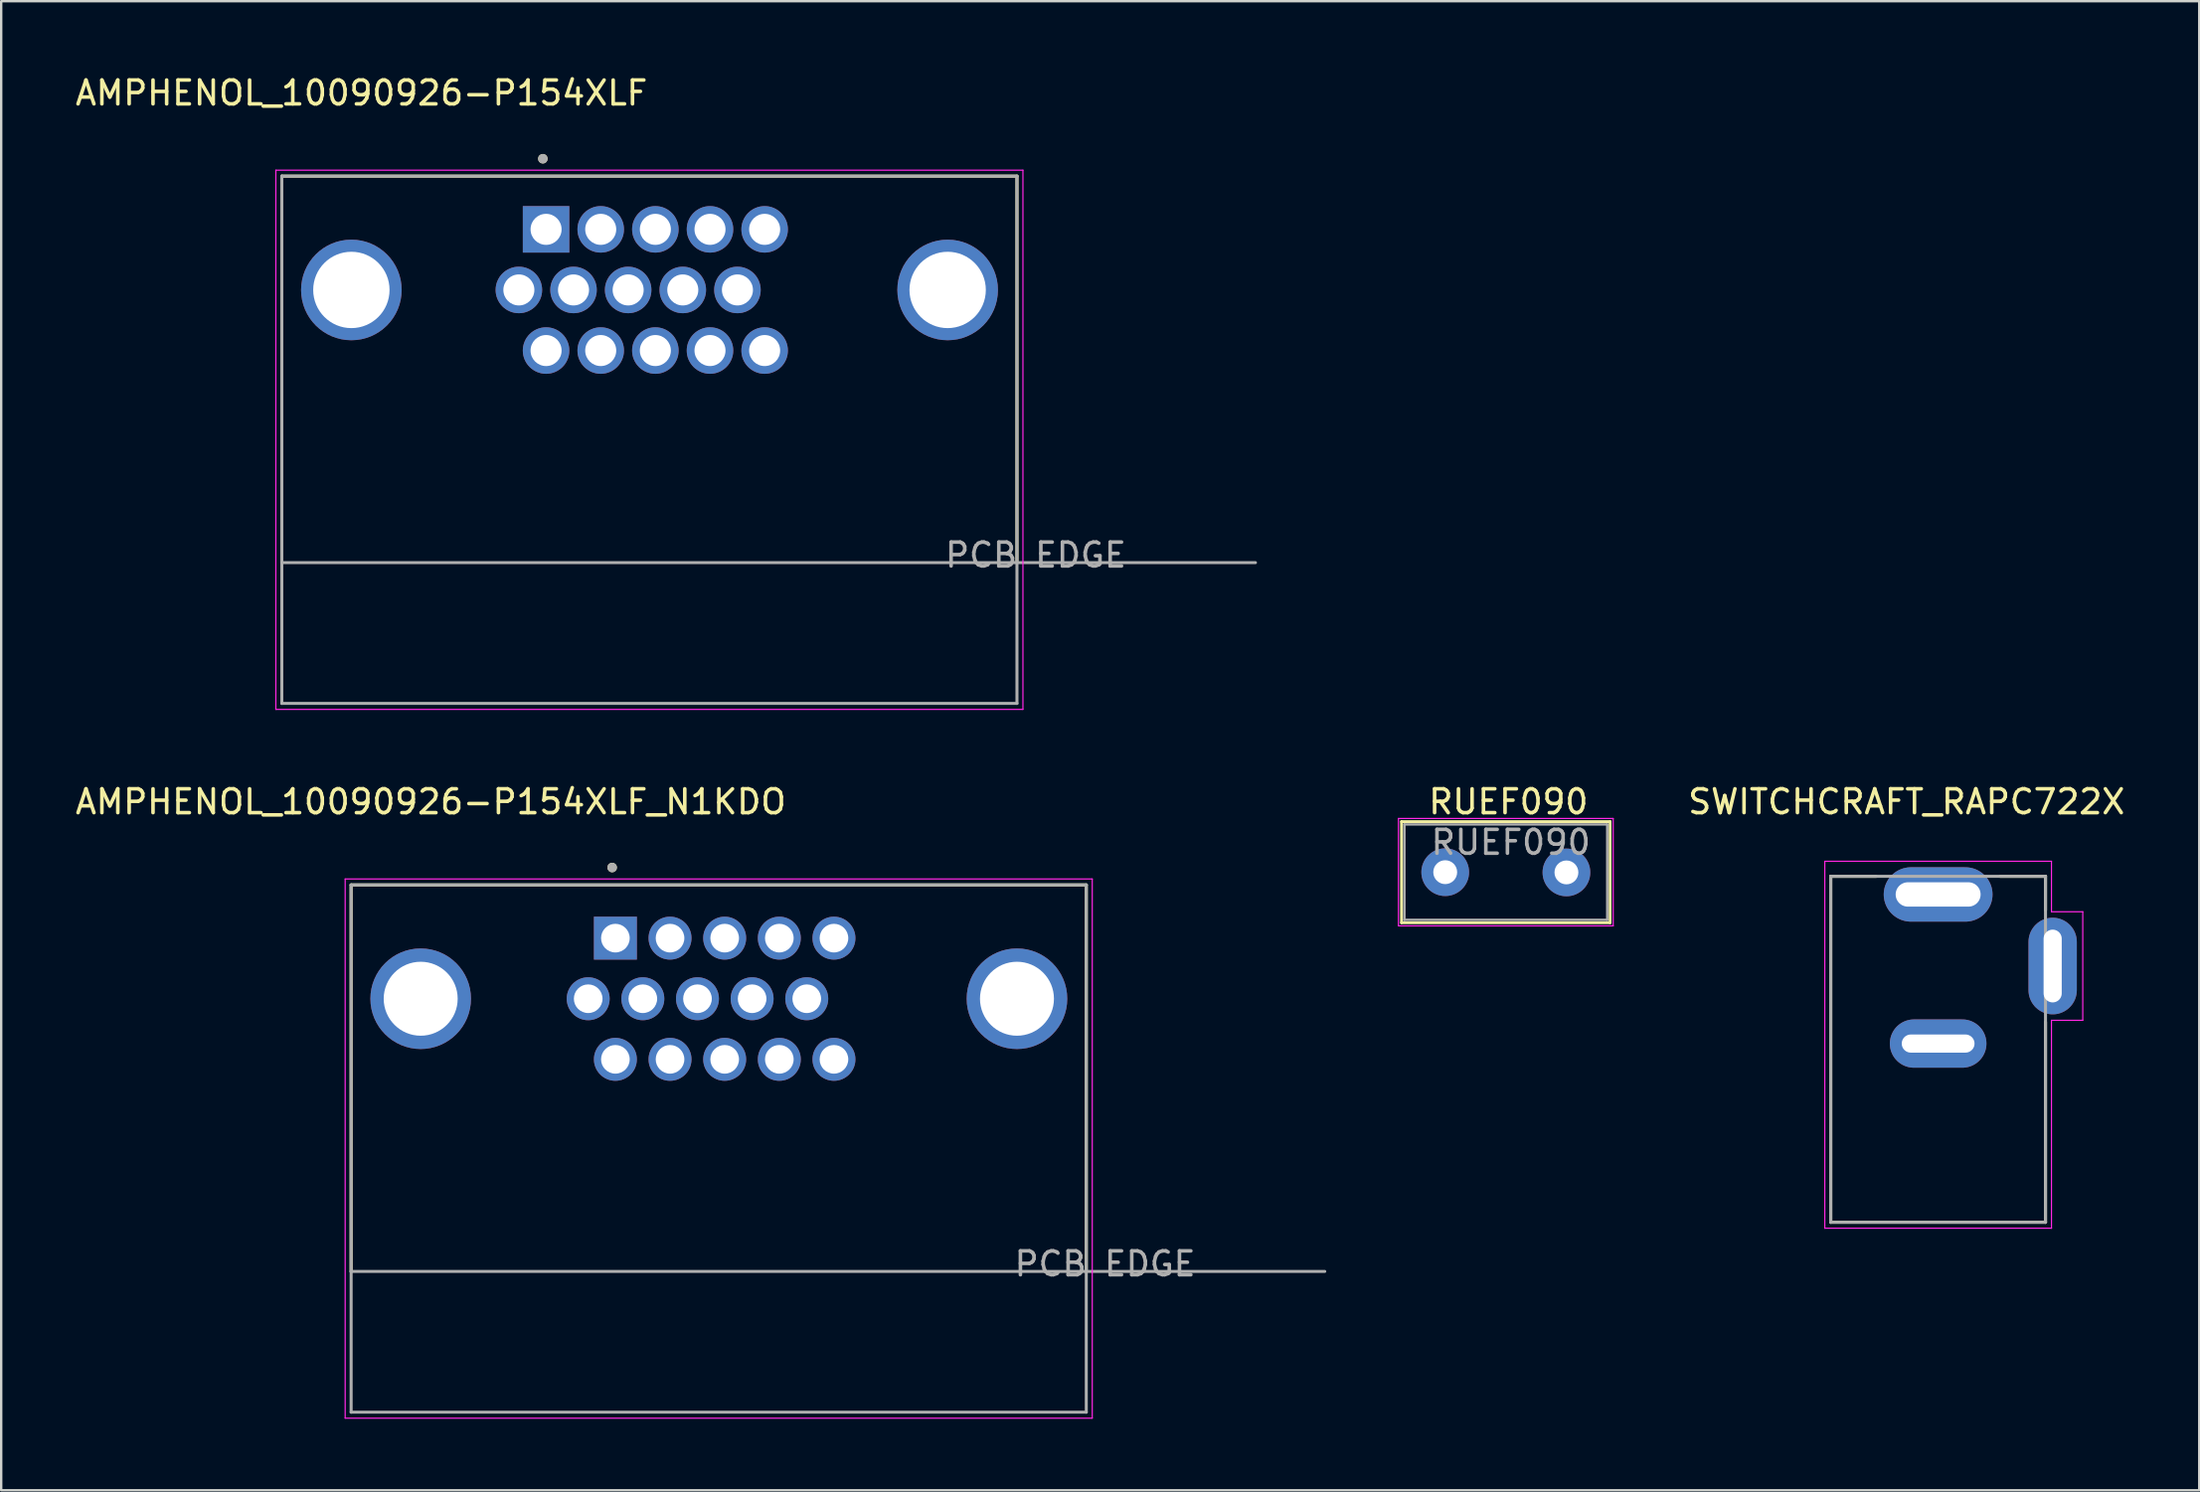
<source format=kicad_pcb>
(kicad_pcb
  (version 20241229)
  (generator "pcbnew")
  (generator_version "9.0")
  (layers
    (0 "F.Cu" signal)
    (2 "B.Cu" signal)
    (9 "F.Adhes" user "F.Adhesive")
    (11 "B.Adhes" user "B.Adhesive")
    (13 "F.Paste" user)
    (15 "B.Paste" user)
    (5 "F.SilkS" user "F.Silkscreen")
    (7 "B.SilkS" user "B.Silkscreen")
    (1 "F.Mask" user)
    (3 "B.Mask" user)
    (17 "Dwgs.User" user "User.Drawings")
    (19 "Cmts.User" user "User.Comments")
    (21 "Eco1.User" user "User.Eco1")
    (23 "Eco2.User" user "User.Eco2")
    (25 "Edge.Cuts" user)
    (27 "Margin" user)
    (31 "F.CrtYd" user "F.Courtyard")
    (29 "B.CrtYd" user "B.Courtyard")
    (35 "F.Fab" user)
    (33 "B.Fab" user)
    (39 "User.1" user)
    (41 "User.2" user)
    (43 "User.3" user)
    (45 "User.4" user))
  (footprint "RUEF090"
    (layer "F.Cu")
    (at 57.519 33.507)
    (property "Reference" "RUEF090" (at 2.65 -2.95 0) (layer "F.SilkS") (effects (font (size 1 1) (thickness 0.15))))
    (attr through_hole)
    (fp_line (start -1.83 -2.12) (end -1.83 2.12) (stroke (width 0.12) (type solid)) (layer "F.SilkS"))
    (fp_line (start -1.83 -2.12) (end 6.91 -2.12) (stroke (width 0.12) (type solid)) (layer "F.SilkS"))
    (fp_line (start 6.91 2.12) (end -1.83 2.12) (stroke (width 0.12) (type solid)) (layer "F.SilkS"))
    (fp_line (start 6.91 2.12) (end 6.91 -2.12) (stroke (width 0.12) (type solid)) (layer "F.SilkS"))
    (fp_line (start -1.96 -2.25) (end -1.96 2.25) (stroke (width 0.05) (type solid)) (layer "F.CrtYd"))
    (fp_line (start -1.96 -2.25) (end 7.04 -2.25) (stroke (width 0.05) (type solid)) (layer "F.CrtYd"))
    (fp_line (start 7.04 2.25) (end -1.96 2.25) (stroke (width 0.05) (type solid)) (layer "F.CrtYd"))
    (fp_line (start 7.04 2.25) (end 7.04 -2.25) (stroke (width 0.05) (type solid)) (layer "F.CrtYd"))
    (fp_line (start -1.71 -2) (end -1.71 2) (stroke (width 0.1) (type solid)) (layer "F.Fab"))
    (fp_line (start -1.71 2) (end 6.79 2) (stroke (width 0.1) (type solid)) (layer "F.Fab"))
    (fp_line (start 6.79 -2) (end -1.71 -2) (stroke (width 0.1) (type solid)) (layer "F.Fab"))
    (fp_line (start 6.79 2) (end 6.79 -2) (stroke (width 0.1) (type solid)) (layer "F.Fab"))
    (fp_text user "${REFERENCE}" (at 2.75 -1.25 0) (layer "F.Fab") (effects (font (size 1 1) (thickness 0.15))))
    (pad "1" thru_hole circle (at 0 0) (size 2 2) (drill 1) (layers "*.Cu" "*.Mask"))
    (pad "2" thru_hole circle (at 5.08 0.01) (size 2 2) (drill 1) (layers "*.Cu" "*.Mask")))
  (footprint "SWITCHCRAFT_RAPC722X"
    (layer "F.Cu")
    (at 78.177 40.691)
    (property "Reference" "SWITCHCRAFT_RAPC722X" (at -1.325 -10.135 0) (layer "F.SilkS") (effects (font (size 1 1) (thickness 0.15))))
    (attr through_hole)
    (fp_line (start -4.5 -7.01) (end -4.5 7.49) (stroke (width 0.127) (type solid)) (layer "F.SilkS"))
    (fp_line (start -4.5 7.49) (end 4.5 7.49) (stroke (width 0.127) (type solid)) (layer "F.SilkS"))
    (fp_line (start -2.6 -7.01) (end -4.5 -7.01) (stroke (width 0.127) (type solid)) (layer "F.SilkS"))
    (fp_line (start 4.5 -7.01) (end 2.6 -7.01) (stroke (width 0.127) (type solid)) (layer "F.SilkS"))
    (fp_line (start 4.5 -5.595) (end 4.5 -7.01) (stroke (width 0.127) (type solid)) (layer "F.SilkS"))
    (fp_line (start 4.5 7.49) (end 4.5 -0.905) (stroke (width 0.127) (type solid)) (layer "F.SilkS"))
    (fp_line (start -4.75 -7.64) (end -4.75 7.74) (stroke (width 0.05) (type solid)) (layer "F.CrtYd"))
    (fp_line (start -4.75 7.74) (end 4.75 7.74) (stroke (width 0.05) (type solid)) (layer "F.CrtYd"))
    (fp_line (start 4.75 -7.64) (end -4.75 -7.64) (stroke (width 0.05) (type solid)) (layer "F.CrtYd"))
    (fp_line (start 4.75 -5.525) (end 4.75 -7.64) (stroke (width 0.05) (type solid)) (layer "F.CrtYd"))
    (fp_line (start 4.75 -0.975) (end 6.062 -0.975) (stroke (width 0.05) (type solid)) (layer "F.CrtYd"))
    (fp_line (start 4.75 7.74) (end 4.75 -0.975) (stroke (width 0.05) (type solid)) (layer "F.CrtYd"))
    (fp_line (start 6.062 -5.525) (end 4.75 -5.525) (stroke (width 0.05) (type solid)) (layer "F.CrtYd"))
    (fp_line (start 6.062 -0.975) (end 6.062 -5.525) (stroke (width 0.05) (type solid)) (layer "F.CrtYd"))
    (fp_line (start -4.5 -7.01) (end -4.5 7.49) (stroke (width 0.127) (type solid)) (layer "F.Fab"))
    (fp_line (start -4.5 7.49) (end 4.5 7.49) (stroke (width 0.127) (type solid)) (layer "F.Fab"))
    (fp_line (start 4.5 -7.01) (end -4.5 -7.01) (stroke (width 0.127) (type solid)) (layer "F.Fab"))
    (fp_line (start 4.5 7.49) (end 4.5 -7.01) (stroke (width 0.127) (type solid)) (layer "F.Fab"))
    (pad "PIN" thru_hole oval (at 0 -6.25) (size 4.56 2.28) (drill oval 3.56 1.02) (layers "*.Cu" "*.Mask"))
    (pad "SHUNT" thru_hole oval (at 4.8 -3.25) (size 2.025 4.05) (drill oval 0.76 3.05) (layers "*.Cu" "*.Mask"))
    (pad "SLEEVE" thru_hole oval (at 0 0) (size 4.05 2.025) (drill oval 3.05 0.76) (layers "*.Cu" "*.Mask")))
  (footprint "AMPHENOL_10090926-P154XLF"
    (layer "F.Cu")
    (at 24.166 9.103)
    (property "Reference" "AMPHENOL_10090926-P154XLF" (at -12.065 -8.255 0) (layer "F.SilkS") (effects (font (size 1 1) (thickness 0.15))))
    (attr through_hole)
    (fp_line (start -15.405 -4.77) (end 15.405 -4.77) (stroke (width 0.127) (type solid)) (layer "F.SilkS"))
    (fp_line (start -15.405 11.43) (end -15.405 -4.77) (stroke (width 0.127) (type solid)) (layer "F.SilkS"))
    (fp_line (start 15.405 -4.77) (end 15.405 11.43) (stroke (width 0.127) (type solid)) (layer "F.SilkS"))
    (fp_circle (center -4.465 -5.5) (end -4.365 -5.5) (stroke (width 0.2) (type solid)) (fill no) (layer "F.SilkS"))
    (fp_line (start -15.655 -5.02) (end 15.655 -5.02) (stroke (width 0.05) (type solid)) (layer "F.CrtYd"))
    (fp_line (start -15.655 17.58) (end -15.655 -5.02) (stroke (width 0.05) (type solid)) (layer "F.CrtYd"))
    (fp_line (start 15.655 -5.02) (end 15.655 17.58) (stroke (width 0.05) (type solid)) (layer "F.CrtYd"))
    (fp_line (start 15.655 17.58) (end -15.655 17.58) (stroke (width 0.05) (type solid)) (layer "F.CrtYd"))
    (fp_line (start -15.405 -4.77) (end 15.405 -4.77) (stroke (width 0.127) (type solid)) (layer "F.Fab"))
    (fp_line (start -15.405 11.43) (end -15.405 -4.77) (stroke (width 0.127) (type solid)) (layer "F.Fab"))
    (fp_line (start -15.405 11.43) (end -15.405 17.33) (stroke (width 0.127) (type solid)) (layer "F.Fab"))
    (fp_line (start -15.405 17.33) (end 15.405 17.33) (stroke (width 0.127) (type solid)) (layer "F.Fab"))
    (fp_line (start 15.405 -4.77) (end 15.405 11.43) (stroke (width 0.127) (type solid)) (layer "F.Fab"))
    (fp_line (start 15.405 11.43) (end -15.405 11.43) (stroke (width 0.127) (type solid)) (layer "F.Fab"))
    (fp_line (start 15.405 11.43) (end 25.4 11.43) (stroke (width 0.127) (type solid)) (layer "F.Fab"))
    (fp_line (start 15.405 17.33) (end 15.405 11.43) (stroke (width 0.127) (type solid)) (layer "F.Fab"))
    (fp_circle (center -4.465 -5.5) (end -4.365 -5.5) (stroke (width 0.2) (type solid)) (fill no) (layer "F.Fab"))
    (fp_text user "PCB EDGE" (at 16.192 11.113 0) (layer "F.Fab") (effects (font (size 1 1) (thickness 0.15))))
    (pad "1" thru_hole rect (at -4.33 -2.54) (size 1.95 1.95) (drill 1.3) (layers "*.Cu" "*.Mask"))
    (pad "2" thru_hole circle (at -2.04 -2.54) (size 1.95 1.95) (drill 1.3) (layers "*.Cu" "*.Mask"))
    (pad "3" thru_hole circle (at 0.25 -2.54) (size 1.95 1.95) (drill 1.3) (layers "*.Cu" "*.Mask"))
    (pad "4" thru_hole circle (at 2.54 -2.54) (size 1.95 1.95) (drill 1.3) (layers "*.Cu" "*.Mask"))
    (pad "5" thru_hole circle (at 4.83 -2.54) (size 1.95 1.95) (drill 1.3) (layers "*.Cu" "*.Mask"))
    (pad "6" thru_hole circle (at -5.47 0) (size 1.95 1.95) (drill 1.3) (layers "*.Cu" "*.Mask"))
    (pad "7" thru_hole circle (at -3.18 0) (size 1.95 1.95) (drill 1.3) (layers "*.Cu" "*.Mask"))
    (pad "8" thru_hole circle (at -0.89 0) (size 1.95 1.95) (drill 1.3) (layers "*.Cu" "*.Mask"))
    (pad "9" thru_hole circle (at 1.4 0) (size 1.95 1.95) (drill 1.3) (layers "*.Cu" "*.Mask"))
    (pad "10" thru_hole circle (at 3.69 0) (size 1.95 1.95) (drill 1.3) (layers "*.Cu" "*.Mask"))
    (pad "11" thru_hole circle (at -4.33 2.54) (size 1.95 1.95) (drill 1.3) (layers "*.Cu" "*.Mask"))
    (pad "12" thru_hole circle (at -2.04 2.54) (size 1.95 1.95) (drill 1.3) (layers "*.Cu" "*.Mask"))
    (pad "13" thru_hole circle (at 0.25 2.54) (size 1.95 1.95) (drill 1.3) (layers "*.Cu" "*.Mask"))
    (pad "14" thru_hole circle (at 2.54 2.54) (size 1.95 1.95) (drill 1.3) (layers "*.Cu" "*.Mask"))
    (pad "15" thru_hole circle (at 4.83 2.54) (size 1.95 1.95) (drill 1.3) (layers "*.Cu" "*.Mask"))
    (pad "S1" thru_hole circle (at -12.49 0) (size 4.216 4.216) (drill 3.2) (layers "*.Cu" "*.Mask"))
    (pad "S2" thru_hole circle (at 12.5 0) (size 4.216 4.216) (drill 3.2) (layers "*.Cu" "*.Mask")))
  (footprint "AMPHENOL_10090926-P154XLF_N1KDO"
    (layer "F.Cu")
    (at 27.071 38.812)
    (property "Reference" "AMPHENOL_10090926-P154XLF_N1KDO" (at -12.065 -8.255 0) (layer "F.SilkS") (effects (font (size 1 1) (thickness 0.15))))
    (attr through_hole)
    (fp_line (start -15.405 -4.77) (end 15.405 -4.77) (stroke (width 0.127) (type solid)) (layer "F.SilkS"))
    (fp_line (start -15.405 11.43) (end -15.405 -4.77) (stroke (width 0.127) (type solid)) (layer "F.SilkS"))
    (fp_line (start 15.405 -4.77) (end 15.405 11.43) (stroke (width 0.127) (type solid)) (layer "F.SilkS"))
    (fp_circle (center -4.465 -5.5) (end -4.365 -5.5) (stroke (width 0.2) (type solid)) (fill no) (layer "F.SilkS"))
    (fp_line (start -15.655 -5.02) (end 15.655 -5.02) (stroke (width 0.05) (type solid)) (layer "F.CrtYd"))
    (fp_line (start -15.655 17.58) (end -15.655 -5.02) (stroke (width 0.05) (type solid)) (layer "F.CrtYd"))
    (fp_line (start 15.655 -5.02) (end 15.655 17.58) (stroke (width 0.05) (type solid)) (layer "F.CrtYd"))
    (fp_line (start 15.655 17.58) (end -15.655 17.58) (stroke (width 0.05) (type solid)) (layer "F.CrtYd"))
    (fp_line (start -15.405 -4.77) (end 15.405 -4.77) (stroke (width 0.127) (type solid)) (layer "F.Fab"))
    (fp_line (start -15.405 11.43) (end -15.405 -4.77) (stroke (width 0.127) (type solid)) (layer "F.Fab"))
    (fp_line (start -15.405 11.43) (end -15.405 17.33) (stroke (width 0.127) (type solid)) (layer "F.Fab"))
    (fp_line (start -15.405 17.33) (end 15.405 17.33) (stroke (width 0.127) (type solid)) (layer "F.Fab"))
    (fp_line (start 15.405 -4.77) (end 15.405 11.43) (stroke (width 0.127) (type solid)) (layer "F.Fab"))
    (fp_line (start 15.405 11.43) (end -15.405 11.43) (stroke (width 0.127) (type solid)) (layer "F.Fab"))
    (fp_line (start 15.405 11.43) (end 25.4 11.43) (stroke (width 0.127) (type solid)) (layer "F.Fab"))
    (fp_line (start 15.405 17.33) (end 15.405 11.43) (stroke (width 0.127) (type solid)) (layer "F.Fab"))
    (fp_circle (center -4.465 -5.5) (end -4.365 -5.5) (stroke (width 0.2) (type solid)) (fill no) (layer "F.Fab"))
    (fp_text user "PCB EDGE" (at 16.192 11.113 0) (layer "F.Fab") (effects (font (size 1 1) (thickness 0.15))))
    (pad "1" thru_hole rect (at -4.33 -2.54) (size 1.8 1.8) (drill 1.2) (layers "*.Cu" "*.Mask"))
    (pad "2" thru_hole circle (at -2.04 -2.54) (size 1.8 1.8) (drill 1.2) (layers "*.Cu" "*.Mask"))
    (pad "3" thru_hole circle (at 0.25 -2.54) (size 1.8 1.8) (drill 1.2) (layers "*.Cu" "*.Mask"))
    (pad "4" thru_hole circle (at 2.54 -2.54) (size 1.8 1.8) (drill 1.2) (layers "*.Cu" "*.Mask"))
    (pad "5" thru_hole circle (at 4.83 -2.54) (size 1.8 1.8) (drill 1.2) (layers "*.Cu" "*.Mask"))
    (pad "6" thru_hole circle (at -5.47 0) (size 1.8 1.8) (drill 1.2) (layers "*.Cu" "*.Mask"))
    (pad "7" thru_hole circle (at -3.18 0) (size 1.8 1.8) (drill 1.2) (layers "*.Cu" "*.Mask"))
    (pad "8" thru_hole circle (at -0.89 0) (size 1.8 1.8) (drill 1.2) (layers "*.Cu" "*.Mask"))
    (pad "9" thru_hole circle (at 1.4 0) (size 1.8 1.8) (drill 1.2) (layers "*.Cu" "*.Mask"))
    (pad "10" thru_hole circle (at 3.69 0) (size 1.8 1.8) (drill 1.2) (layers "*.Cu" "*.Mask"))
    (pad "11" thru_hole circle (at -4.33 2.54) (size 1.8 1.8) (drill 1.2) (layers "*.Cu" "*.Mask"))
    (pad "12" thru_hole circle (at -2.04 2.54) (size 1.8 1.8) (drill 1.2) (layers "*.Cu" "*.Mask"))
    (pad "13" thru_hole circle (at 0.25 2.54) (size 1.8 1.8) (drill 1.2) (layers "*.Cu" "*.Mask"))
    (pad "14" thru_hole circle (at 2.54 2.54) (size 1.8 1.8) (drill 1.2) (layers "*.Cu" "*.Mask"))
    (pad "15" thru_hole circle (at 4.83 2.54) (size 1.8 1.8) (drill 1.2) (layers "*.Cu" "*.Mask"))
    (pad "S1" thru_hole circle (at -12.49 0) (size 4.216 4.216) (drill 3.1) (layers "*.Cu" "*.Mask"))
    (pad "S2" thru_hole circle (at 12.5 0) (size 4.216 4.216) (drill 3.1) (layers "*.Cu" "*.Mask")))
  (gr_rect
    (start -3 -3)
    (end 89.12 59.416)
    (stroke (width 0.1) (type default))
    (fill no)
    (layer "Edge.Cuts")))
</source>
